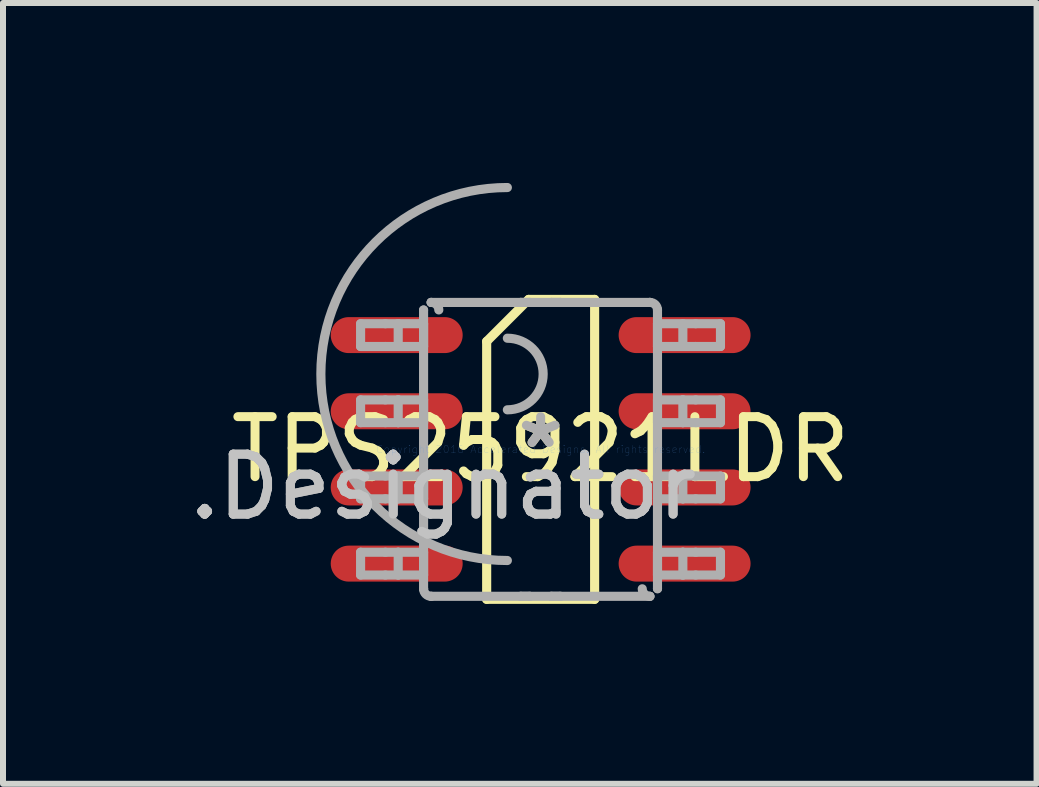
<source format=kicad_pcb>
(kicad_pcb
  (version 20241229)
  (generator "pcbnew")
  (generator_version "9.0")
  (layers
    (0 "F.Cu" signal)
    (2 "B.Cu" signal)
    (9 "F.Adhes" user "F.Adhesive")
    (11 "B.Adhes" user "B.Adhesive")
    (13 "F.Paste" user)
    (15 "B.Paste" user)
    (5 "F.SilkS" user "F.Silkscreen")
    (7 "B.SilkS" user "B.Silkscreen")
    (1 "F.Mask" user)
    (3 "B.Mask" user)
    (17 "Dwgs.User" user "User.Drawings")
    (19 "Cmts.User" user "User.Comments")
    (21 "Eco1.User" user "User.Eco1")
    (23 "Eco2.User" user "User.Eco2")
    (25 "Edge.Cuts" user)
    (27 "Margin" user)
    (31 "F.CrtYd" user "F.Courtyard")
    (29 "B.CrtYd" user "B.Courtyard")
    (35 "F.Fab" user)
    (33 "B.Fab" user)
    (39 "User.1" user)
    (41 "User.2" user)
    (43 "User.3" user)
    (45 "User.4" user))
  (footprint "TPS25921LDR"
    (layer "F.Cu")
    (at 5.964 4.442)
    (property "Reference" "TPS25921LDR" (at 0 0 0) (layer "F.SilkS") (effects (font (size 1 1) (thickness 0.15))))
    (attr through_hole)
    (fp_line (start -0.9 -1.8) (end -0.2 -2.5) (stroke (width 0.152) (type solid)) (layer "F.SilkS"))
    (fp_line (start -0.9 2.5) (end -0.9 -1.8) (stroke (width 0.152) (type solid)) (layer "F.SilkS"))
    (fp_line (start -0.9 2.5) (end 0.9 2.5) (stroke (width 0.152) (type solid)) (layer "F.SilkS"))
    (fp_line (start -0.2 -2.5) (end 0.9 -2.5) (stroke (width 0.152) (type solid)) (layer "F.SilkS"))
    (fp_line (start 0.9 2.5) (end 0.9 -2.5) (stroke (width 0.152) (type solid)) (layer "F.SilkS"))
    (fp_line (start -3.002 -2.095) (end -2.589 -2.095) (stroke (width 0.152) (type solid)) (layer "F.Fab"))
    (fp_line (start -3.002 -1.715) (end -3.002 -2.095) (stroke (width 0.152) (type solid)) (layer "F.Fab"))
    (fp_line (start -3.002 -1.715) (end -2.589 -1.715) (stroke (width 0.152) (type solid)) (layer "F.Fab"))
    (fp_line (start -3.002 -0.825) (end -2.589 -0.825) (stroke (width 0.152) (type solid)) (layer "F.Fab"))
    (fp_line (start -3.002 -0.445) (end -3.002 -0.825) (stroke (width 0.152) (type solid)) (layer "F.Fab"))
    (fp_line (start -3.002 -0.445) (end -2.589 -0.445) (stroke (width 0.152) (type solid)) (layer "F.Fab"))
    (fp_line (start -3.002 0.445) (end -2.589 0.445) (stroke (width 0.152) (type solid)) (layer "F.Fab"))
    (fp_line (start -3.002 0.825) (end -3.002 0.445) (stroke (width 0.152) (type solid)) (layer "F.Fab"))
    (fp_line (start -3.002 0.825) (end -2.589 0.825) (stroke (width 0.152) (type solid)) (layer "F.Fab"))
    (fp_line (start -3.002 1.715) (end -2.589 1.715) (stroke (width 0.152) (type solid)) (layer "F.Fab"))
    (fp_line (start -3.002 2.095) (end -3.002 1.715) (stroke (width 0.152) (type solid)) (layer "F.Fab"))
    (fp_line (start -3.002 2.095) (end -2.589 2.095) (stroke (width 0.152) (type solid)) (layer "F.Fab"))
    (fp_line (start -2.589 -2.095) (end -2.375 -2.095) (stroke (width 0.152) (type solid)) (layer "F.Fab"))
    (fp_line (start -2.589 -1.715) (end -2.375 -1.715) (stroke (width 0.152) (type solid)) (layer "F.Fab"))
    (fp_line (start -2.589 -0.825) (end -2.375 -0.825) (stroke (width 0.152) (type solid)) (layer "F.Fab"))
    (fp_line (start -2.589 -0.445) (end -2.375 -0.445) (stroke (width 0.152) (type solid)) (layer "F.Fab"))
    (fp_line (start -2.589 0.445) (end -2.375 0.445) (stroke (width 0.152) (type solid)) (layer "F.Fab"))
    (fp_line (start -2.589 0.825) (end -2.375 0.825) (stroke (width 0.152) (type solid)) (layer "F.Fab"))
    (fp_line (start -2.589 1.715) (end -2.375 1.715) (stroke (width 0.152) (type solid)) (layer "F.Fab"))
    (fp_line (start -2.589 2.095) (end -2.375 2.095) (stroke (width 0.152) (type solid)) (layer "F.Fab"))
    (fp_line (start -2.375 -2.095) (end -1.995 -2.095) (stroke (width 0.152) (type solid)) (layer "F.Fab"))
    (fp_line (start -2.375 -1.715) (end -2.375 -2.095) (stroke (width 0.152) (type solid)) (layer "F.Fab"))
    (fp_line (start -2.375 -1.715) (end -1.995 -1.715) (stroke (width 0.152) (type solid)) (layer "F.Fab"))
    (fp_line (start -2.375 -0.825) (end -1.995 -0.825) (stroke (width 0.152) (type solid)) (layer "F.Fab"))
    (fp_line (start -2.375 -0.445) (end -2.375 -0.825) (stroke (width 0.152) (type solid)) (layer "F.Fab"))
    (fp_line (start -2.375 -0.445) (end -1.995 -0.445) (stroke (width 0.152) (type solid)) (layer "F.Fab"))
    (fp_line (start -2.375 0.445) (end -1.995 0.445) (stroke (width 0.152) (type solid)) (layer "F.Fab"))
    (fp_line (start -2.375 0.825) (end -2.375 0.445) (stroke (width 0.152) (type solid)) (layer "F.Fab"))
    (fp_line (start -2.375 0.825) (end -1.995 0.825) (stroke (width 0.152) (type solid)) (layer "F.Fab"))
    (fp_line (start -2.375 1.715) (end -1.995 1.715) (stroke (width 0.152) (type solid)) (layer "F.Fab"))
    (fp_line (start -2.375 2.095) (end -2.375 1.715) (stroke (width 0.152) (type solid)) (layer "F.Fab"))
    (fp_line (start -2.375 2.095) (end -1.995 2.095) (stroke (width 0.152) (type solid)) (layer "F.Fab"))
    (fp_line (start -1.995 -2.095) (end -1.952 -2.095) (stroke (width 0.152) (type solid)) (layer "F.Fab"))
    (fp_line (start -1.995 -1.715) (end -1.952 -1.715) (stroke (width 0.152) (type solid)) (layer "F.Fab"))
    (fp_line (start -1.995 -0.825) (end -1.952 -0.825) (stroke (width 0.152) (type solid)) (layer "F.Fab"))
    (fp_line (start -1.995 -0.445) (end -1.952 -0.445) (stroke (width 0.152) (type solid)) (layer "F.Fab"))
    (fp_line (start -1.995 0.445) (end -1.952 0.445) (stroke (width 0.152) (type solid)) (layer "F.Fab"))
    (fp_line (start -1.995 0.825) (end -1.952 0.825) (stroke (width 0.152) (type solid)) (layer "F.Fab"))
    (fp_line (start -1.995 1.715) (end -1.952 1.715) (stroke (width 0.152) (type solid)) (layer "F.Fab"))
    (fp_line (start -1.995 2.095) (end -1.952 2.095) (stroke (width 0.152) (type solid)) (layer "F.Fab"))
    (fp_line (start -1.952 -2.323) (end -1.952 -2.324) (stroke (width 0.152) (type solid)) (layer "F.Fab"))
    (fp_line (start -1.952 -1.715) (end -1.952 -2.095) (stroke (width 0.152) (type solid)) (layer "F.Fab"))
    (fp_line (start -1.952 -0.445) (end -1.952 -0.825) (stroke (width 0.152) (type solid)) (layer "F.Fab"))
    (fp_line (start -1.952 0.825) (end -1.952 0.445) (stroke (width 0.152) (type solid)) (layer "F.Fab"))
    (fp_line (start -1.952 2.095) (end -1.952 1.715) (stroke (width 0.152) (type solid)) (layer "F.Fab"))
    (fp_line (start -1.952 2.323) (end -1.952 -2.323) (stroke (width 0.152) (type solid)) (layer "F.Fab"))
    (fp_line (start -1.952 2.324) (end -1.952 2.323) (stroke (width 0.152) (type solid)) (layer "F.Fab"))
    (fp_line (start -1.826 -2.45) (end -1.825 -2.45) (stroke (width 0.152) (type solid)) (layer "F.Fab"))
    (fp_line (start -1.826 2.45) (end -1.825 2.45) (stroke (width 0.152) (type solid)) (layer "F.Fab"))
    (fp_line (start -1.825 -2.45) (end -0.332 -2.45) (stroke (width 0.152) (type solid)) (layer "F.Fab"))
    (fp_line (start -1.825 2.45) (end -0.332 2.45) (stroke (width 0.152) (type solid)) (layer "F.Fab"))
    (fp_line (start -0.332 -2.45) (end -0.182 -2.45) (stroke (width 0.152) (type solid)) (layer "F.Fab"))
    (fp_line (start -0.332 -2.45) (end -0.182 -2.45) (stroke (width 0.152) (type solid)) (layer "F.Fab"))
    (fp_line (start -0.332 2.45) (end -0.182 2.45) (stroke (width 0.152) (type solid)) (layer "F.Fab"))
    (fp_line (start -0.332 2.45) (end -0.182 2.45) (stroke (width 0.152) (type solid)) (layer "F.Fab"))
    (fp_line (start -0.182 -2.45) (end 0.178 -2.45) (stroke (width 0.152) (type solid)) (layer "F.Fab"))
    (fp_line (start -0.182 2.45) (end 0.178 2.45) (stroke (width 0.152) (type solid)) (layer "F.Fab"))
    (fp_line (start 0.178 -2.45) (end 0.328 -2.45) (stroke (width 0.152) (type solid)) (layer "F.Fab"))
    (fp_line (start 0.178 -2.45) (end 0.328 -2.45) (stroke (width 0.152) (type solid)) (layer "F.Fab"))
    (fp_line (start 0.178 2.45) (end 0.328 2.45) (stroke (width 0.152) (type solid)) (layer "F.Fab"))
    (fp_line (start 0.178 2.45) (end 0.328 2.45) (stroke (width 0.152) (type solid)) (layer "F.Fab"))
    (fp_line (start 0.328 -2.45) (end 1.821 -2.45) (stroke (width 0.152) (type solid)) (layer "F.Fab"))
    (fp_line (start 0.328 2.45) (end 1.821 2.45) (stroke (width 0.152) (type solid)) (layer "F.Fab"))
    (fp_line (start 1.821 -2.45) (end 1.822 -2.45) (stroke (width 0.152) (type solid)) (layer "F.Fab"))
    (fp_line (start 1.821 2.45) (end 1.822 2.45) (stroke (width 0.152) (type solid)) (layer "F.Fab"))
    (fp_line (start 1.948 -2.323) (end 1.948 -2.324) (stroke (width 0.152) (type solid)) (layer "F.Fab"))
    (fp_line (start 1.948 -2.095) (end 1.991 -2.095) (stroke (width 0.152) (type solid)) (layer "F.Fab"))
    (fp_line (start 1.948 -1.715) (end 1.948 -2.095) (stroke (width 0.152) (type solid)) (layer "F.Fab"))
    (fp_line (start 1.948 -1.715) (end 1.991 -1.715) (stroke (width 0.152) (type solid)) (layer "F.Fab"))
    (fp_line (start 1.948 -0.825) (end 1.991 -0.825) (stroke (width 0.152) (type solid)) (layer "F.Fab"))
    (fp_line (start 1.948 -0.445) (end 1.948 -0.825) (stroke (width 0.152) (type solid)) (layer "F.Fab"))
    (fp_line (start 1.948 -0.445) (end 1.991 -0.445) (stroke (width 0.152) (type solid)) (layer "F.Fab"))
    (fp_line (start 1.948 0.445) (end 1.991 0.445) (stroke (width 0.152) (type solid)) (layer "F.Fab"))
    (fp_line (start 1.948 0.825) (end 1.948 0.445) (stroke (width 0.152) (type solid)) (layer "F.Fab"))
    (fp_line (start 1.948 0.825) (end 1.991 0.825) (stroke (width 0.152) (type solid)) (layer "F.Fab"))
    (fp_line (start 1.948 1.715) (end 1.991 1.715) (stroke (width 0.152) (type solid)) (layer "F.Fab"))
    (fp_line (start 1.948 2.095) (end 1.948 1.715) (stroke (width 0.152) (type solid)) (layer "F.Fab"))
    (fp_line (start 1.948 2.095) (end 1.991 2.095) (stroke (width 0.152) (type solid)) (layer "F.Fab"))
    (fp_line (start 1.948 2.323) (end 1.948 -2.323) (stroke (width 0.152) (type solid)) (layer "F.Fab"))
    (fp_line (start 1.948 2.324) (end 1.948 2.323) (stroke (width 0.152) (type solid)) (layer "F.Fab"))
    (fp_line (start 1.991 -2.095) (end 2.371 -2.095) (stroke (width 0.152) (type solid)) (layer "F.Fab"))
    (fp_line (start 1.991 -1.715) (end 2.371 -1.715) (stroke (width 0.152) (type solid)) (layer "F.Fab"))
    (fp_line (start 1.991 -0.825) (end 2.371 -0.825) (stroke (width 0.152) (type solid)) (layer "F.Fab"))
    (fp_line (start 1.991 -0.445) (end 2.371 -0.445) (stroke (width 0.152) (type solid)) (layer "F.Fab"))
    (fp_line (start 1.991 0.445) (end 2.371 0.445) (stroke (width 0.152) (type solid)) (layer "F.Fab"))
    (fp_line (start 1.991 0.825) (end 2.371 0.825) (stroke (width 0.152) (type solid)) (layer "F.Fab"))
    (fp_line (start 1.991 1.715) (end 2.371 1.715) (stroke (width 0.152) (type solid)) (layer "F.Fab"))
    (fp_line (start 1.991 2.095) (end 2.371 2.095) (stroke (width 0.152) (type solid)) (layer "F.Fab"))
    (fp_line (start 2.371 -2.095) (end 2.585 -2.095) (stroke (width 0.152) (type solid)) (layer "F.Fab"))
    (fp_line (start 2.371 -1.715) (end 2.371 -2.095) (stroke (width 0.152) (type solid)) (layer "F.Fab"))
    (fp_line (start 2.371 -1.715) (end 2.585 -1.715) (stroke (width 0.152) (type solid)) (layer "F.Fab"))
    (fp_line (start 2.371 -0.825) (end 2.585 -0.825) (stroke (width 0.152) (type solid)) (layer "F.Fab"))
    (fp_line (start 2.371 -0.445) (end 2.371 -0.825) (stroke (width 0.152) (type solid)) (layer "F.Fab"))
    (fp_line (start 2.371 -0.445) (end 2.585 -0.445) (stroke (width 0.152) (type solid)) (layer "F.Fab"))
    (fp_line (start 2.371 0.445) (end 2.585 0.445) (stroke (width 0.152) (type solid)) (layer "F.Fab"))
    (fp_line (start 2.371 0.825) (end 2.371 0.445) (stroke (width 0.152) (type solid)) (layer "F.Fab"))
    (fp_line (start 2.371 0.825) (end 2.585 0.825) (stroke (width 0.152) (type solid)) (layer "F.Fab"))
    (fp_line (start 2.371 1.715) (end 2.585 1.715) (stroke (width 0.152) (type solid)) (layer "F.Fab"))
    (fp_line (start 2.371 2.095) (end 2.371 1.715) (stroke (width 0.152) (type solid)) (layer "F.Fab"))
    (fp_line (start 2.371 2.095) (end 2.585 2.095) (stroke (width 0.152) (type solid)) (layer "F.Fab"))
    (fp_line (start 2.585 -2.095) (end 2.998 -2.095) (stroke (width 0.152) (type solid)) (layer "F.Fab"))
    (fp_line (start 2.585 -1.715) (end 2.998 -1.715) (stroke (width 0.152) (type solid)) (layer "F.Fab"))
    (fp_line (start 2.585 -0.825) (end 2.998 -0.825) (stroke (width 0.152) (type solid)) (layer "F.Fab"))
    (fp_line (start 2.585 -0.445) (end 2.998 -0.445) (stroke (width 0.152) (type solid)) (layer "F.Fab"))
    (fp_line (start 2.585 0.445) (end 2.998 0.445) (stroke (width 0.152) (type solid)) (layer "F.Fab"))
    (fp_line (start 2.585 0.825) (end 2.998 0.825) (stroke (width 0.152) (type solid)) (layer "F.Fab"))
    (fp_line (start 2.585 1.715) (end 2.998 1.715) (stroke (width 0.152) (type solid)) (layer "F.Fab"))
    (fp_line (start 2.585 2.095) (end 2.998 2.095) (stroke (width 0.152) (type solid)) (layer "F.Fab"))
    (fp_line (start 2.998 -1.715) (end 2.998 -2.095) (stroke (width 0.152) (type solid)) (layer "F.Fab"))
    (fp_line (start 2.998 -0.445) (end 2.998 -0.825) (stroke (width 0.152) (type solid)) (layer "F.Fab"))
    (fp_line (start 2.998 0.825) (end 2.998 0.445) (stroke (width 0.152) (type solid)) (layer "F.Fab"))
    (fp_line (start 2.998 2.095) (end 2.998 1.715) (stroke (width 0.152) (type solid)) (layer "F.Fab"))
    (fp_arc (start -1.824998 -2.450005) (mid -1.73586 -2.41347) (end -1.698005 -2.324884) (stroke (width 0.1524) (type solid)) (layer "F.Fab"))
    (fp_arc (start -1.824998 2.449995) (mid -1.914137 2.41346) (end -1.951992 2.324873) (stroke (width 0.1524) (type solid)) (layer "F.Fab"))
    (fp_arc (start -0.555 -1.8531) (mid 0.0419 -1.2562) (end -0.555 -0.6593) (stroke (width 0.1524) (type solid)) (layer "F.Fab"))
    (fp_arc (start -0.555 1.8531) (mid -3.6643 -1.2562) (end -0.555 -4.3655) (stroke (width 0.1524) (type solid)) (layer "F.Fab"))
    (fp_arc (start 1.820989 -2.450005) (mid 1.910127 -2.41347) (end 1.947982 -2.324884) (stroke (width 0.1524) (type solid)) (layer "F.Fab"))
    (fp_arc (start 1.820989 2.449995) (mid 1.73185 2.41346) (end 1.693995 2.324873) (stroke (width 0.1524) (type solid)) (layer "F.Fab"))
    (fp_text user "*" (at 0 0 0) (layer "F.SilkS") (effects (font (size 1 1) (thickness 0.15))))
    (fp_text user ".Designator" (at -1.625 0.625 0) (layer "Dwgs.User") (effects (font (size 1 1) (thickness 0.15))))
    (fp_text user "Copyright 2016 Accelerated Designs. All rights reserved." (at 0 0 0) (layer "Cmts.User") (effects (font (size 0.127 0.127) (thickness 0.002))))
    (fp_text user "*" (at 0 0 0) (layer "F.Fab") (effects (font (size 1 1) (thickness 0.15))))
    (fp_text user ".Designator" (at -1.625 0.625 0) (layer "F.Fab") (effects (font (size 1 1) (thickness 0.15))))
    (pad "1" smd oval (at -2.4 -1.905 90) (size 0.6 2.2) (layers "F.Cu" "F.Mask" "F.Paste"))
    (pad "2" smd oval (at -2.4 -0.635 90) (size 0.6 2.2) (layers "F.Cu" "F.Mask" "F.Paste"))
    (pad "3" smd oval (at -2.4 0.635 90) (size 0.6 2.2) (layers "F.Cu" "F.Mask" "F.Paste"))
    (pad "4" smd oval (at -2.4 1.905 90) (size 0.6 2.2) (layers "F.Cu" "F.Mask" "F.Paste"))
    (pad "5" smd oval (at 2.4 1.905 90) (size 0.6 2.2) (layers "F.Cu" "F.Mask" "F.Paste"))
    (pad "6" smd oval (at 2.4 0.635 90) (size 0.6 2.2) (layers "F.Cu" "F.Mask" "F.Paste"))
    (pad "7" smd oval (at 2.4 -0.635 90) (size 0.6 2.2) (layers "F.Cu" "F.Mask" "F.Paste"))
    (pad "8" smd oval (at 2.4 -1.905 90) (size 0.6 2.2) (layers "F.Cu" "F.Mask" "F.Paste")))
  (gr_rect
    (start -3 -3)
    (end 14.232 10.018)
    (stroke (width 0.1) (type default))
    (fill no)
    (layer "Edge.Cuts")))
</source>
